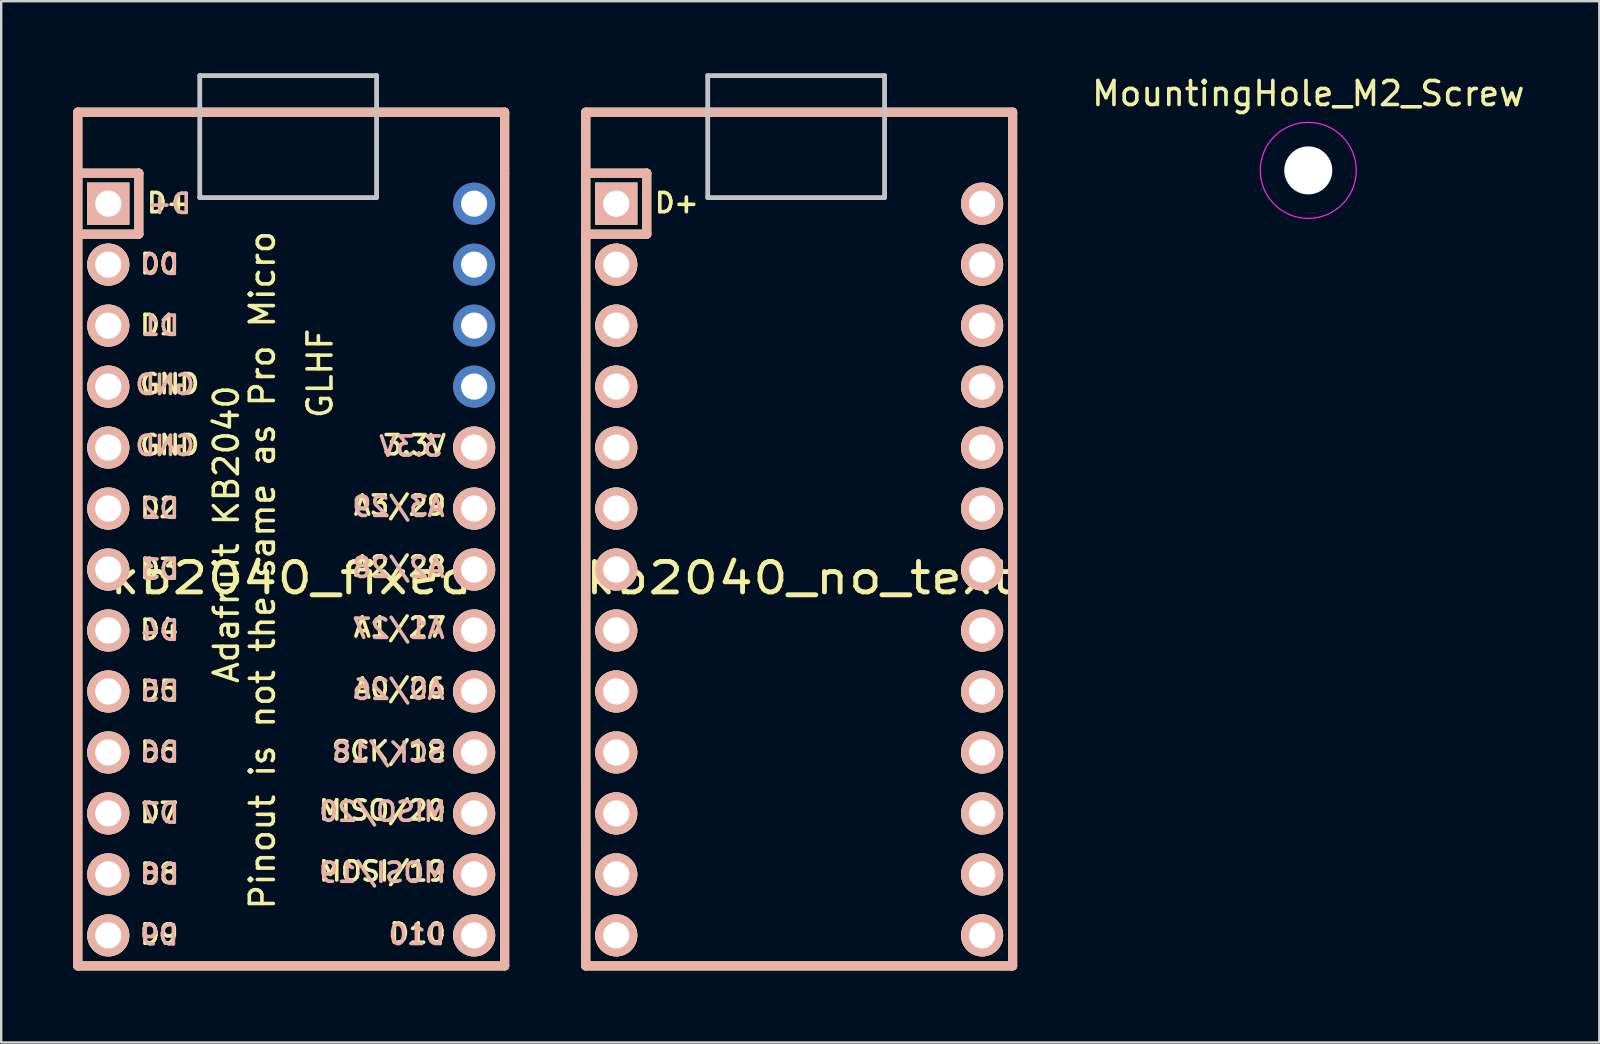
<source format=kicad_pcb>
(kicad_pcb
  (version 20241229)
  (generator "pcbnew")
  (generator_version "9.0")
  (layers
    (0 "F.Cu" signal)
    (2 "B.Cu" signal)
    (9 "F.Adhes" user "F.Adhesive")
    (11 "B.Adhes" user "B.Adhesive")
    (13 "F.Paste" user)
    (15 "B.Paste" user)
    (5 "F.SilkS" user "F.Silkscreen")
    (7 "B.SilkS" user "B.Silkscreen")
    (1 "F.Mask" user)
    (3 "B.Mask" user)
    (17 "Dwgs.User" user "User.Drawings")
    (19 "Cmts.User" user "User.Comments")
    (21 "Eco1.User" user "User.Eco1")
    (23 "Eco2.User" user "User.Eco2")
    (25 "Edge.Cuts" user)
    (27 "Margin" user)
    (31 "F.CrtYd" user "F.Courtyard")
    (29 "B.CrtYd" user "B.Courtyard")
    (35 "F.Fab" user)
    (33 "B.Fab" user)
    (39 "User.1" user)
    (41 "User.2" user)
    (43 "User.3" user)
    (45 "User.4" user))
  (footprint "MountingHole_M2_Screw"
    (layer "F.Cu")
    (at 51.447 4.048)
    (property "Reference" "MountingHole_M2_Screw" (at 0 -3.2 0) (layer "F.SilkS") (effects (font (size 1 1) (thickness 0.15))))
    (attr exclude_from_pos_files exclude_from_bom)
    (fp_circle (center 0 0) (end 2 0) (stroke (width 0.05) (type solid)) (fill no) (layer "F.CrtYd"))
    (pad "" np_thru_hole circle (at 0 0) (size 2 2) (drill 2) (layers "*.Cu" "*.Mask")))
  (footprint "kb2040_no_text"
    (layer "F.Cu")
    (at 30.241 19.404)
    (property "Reference" "kb2040_no_text" (at 0 1.625 0) (layer "F.SilkS") (effects (font (size 1.27 1.524) (thickness 0.203))))
    (attr through_hole)
    (fp_line (start -8.89 -17.78) (end -8.89 -15.24) (stroke (width 0.381) (type solid)) (layer "F.SilkS"))
    (fp_line (start -8.89 -15.24) (end -8.89 17.78) (stroke (width 0.381) (type solid)) (layer "F.SilkS"))
    (fp_line (start -8.89 17.78) (end 8.89 17.78) (stroke (width 0.381) (type solid)) (layer "F.SilkS"))
    (fp_line (start -6.35 -15.24) (end -8.89 -15.24) (stroke (width 0.381) (type solid)) (layer "F.SilkS"))
    (fp_line (start -6.35 -15.24) (end -6.35 -12.7) (stroke (width 0.381) (type solid)) (layer "F.SilkS"))
    (fp_line (start -6.35 -12.7) (end -8.89 -12.7) (stroke (width 0.381) (type solid)) (layer "F.SilkS"))
    (fp_line (start 8.89 -17.78) (end -8.89 -17.78) (stroke (width 0.381) (type solid)) (layer "F.SilkS"))
    (fp_line (start 8.89 -15.24) (end 8.89 -17.78) (stroke (width 0.381) (type solid)) (layer "F.SilkS"))
    (fp_line (start 8.89 17.78) (end 8.89 -15.24) (stroke (width 0.381) (type solid)) (layer "F.SilkS"))
    (fp_line (start -8.89 -17.78) (end -8.89 17.78) (stroke (width 0.381) (type solid)) (layer "B.SilkS"))
    (fp_line (start -8.89 17.78) (end 8.89 17.78) (stroke (width 0.381) (type solid)) (layer "B.SilkS"))
    (fp_line (start -6.35 -15.24) (end -8.89 -15.24) (stroke (width 0.381) (type solid)) (layer "B.SilkS"))
    (fp_line (start -6.35 -15.24) (end -6.35 -12.7) (stroke (width 0.381) (type solid)) (layer "B.SilkS"))
    (fp_line (start -6.35 -12.7) (end -8.89 -12.7) (stroke (width 0.381) (type solid)) (layer "B.SilkS"))
    (fp_line (start 8.89 -17.78) (end -8.89 -17.78) (stroke (width 0.381) (type solid)) (layer "B.SilkS"))
    (fp_line (start 8.89 17.78) (end 8.89 -17.78) (stroke (width 0.381) (type solid)) (layer "B.SilkS"))
    (fp_line (start -3.81 -19.304) (end 3.556 -19.304) (stroke (width 0.2) (type solid)) (layer "Dwgs.User"))
    (fp_line (start -3.81 -14.224) (end -3.81 -19.304) (stroke (width 0.2) (type solid)) (layer "Dwgs.User"))
    (fp_line (start 3.556 -19.304) (end 3.556 -14.224) (stroke (width 0.2) (type solid)) (layer "Dwgs.User"))
    (fp_line (start 3.556 -14.224) (end -3.81 -14.224) (stroke (width 0.2) (type solid)) (layer "Dwgs.User"))
    (fp_text user "D+" (at -5.1 -14 0) (layer "F.SilkS") (effects (font (size 0.8 0.8) (thickness 0.15))))
    (pad "1" thru_hole rect (at -7.62 -13.97 270) (size 1.753 1.753) (drill 1.092) (layers "*.Cu" "*.SilkS" "*.Mask"))
    (pad "2" thru_hole circle (at -7.62 -11.43 270) (size 1.753 1.753) (drill 1.092) (layers "*.Cu" "*.SilkS" "*.Mask"))
    (pad "3" thru_hole circle (at -7.62 -8.89 270) (size 1.753 1.753) (drill 1.092) (layers "*.Cu" "*.SilkS" "*.Mask"))
    (pad "4" thru_hole circle (at -7.62 -6.35 270) (size 1.753 1.753) (drill 1.092) (layers "*.Cu" "*.SilkS" "*.Mask"))
    (pad "5" thru_hole circle (at -7.62 -3.81 270) (size 1.753 1.753) (drill 1.092) (layers "*.Cu" "*.SilkS" "*.Mask"))
    (pad "6" thru_hole circle (at -7.62 -1.27 270) (size 1.753 1.753) (drill 1.092) (layers "*.Cu" "*.SilkS" "*.Mask"))
    (pad "7" thru_hole circle (at -7.62 1.27 270) (size 1.753 1.753) (drill 1.092) (layers "*.Cu" "*.SilkS" "*.Mask"))
    (pad "8" thru_hole circle (at -7.62 3.81 270) (size 1.753 1.753) (drill 1.092) (layers "*.Cu" "*.SilkS" "*.Mask"))
    (pad "9" thru_hole circle (at -7.62 6.35 270) (size 1.753 1.753) (drill 1.092) (layers "*.Cu" "*.SilkS" "*.Mask"))
    (pad "10" thru_hole circle (at -7.62 8.89 270) (size 1.753 1.753) (drill 1.092) (layers "*.Cu" "*.SilkS" "*.Mask"))
    (pad "11" thru_hole circle (at -7.62 11.43 270) (size 1.753 1.753) (drill 1.092) (layers "*.Cu" "*.SilkS" "*.Mask"))
    (pad "12" thru_hole circle (at -7.62 13.97 270) (size 1.753 1.753) (drill 1.092) (layers "*.Cu" "*.SilkS" "*.Mask"))
    (pad "13" thru_hole circle (at -7.62 16.51 270) (size 1.753 1.753) (drill 1.092) (layers "*.Cu" "*.SilkS" "*.Mask"))
    (pad "13" thru_hole circle (at 7.62 -13.97 270) (size 1.753 1.753) (drill 1.092) (layers "*.Cu" "*.SilkS" "*.Mask"))
    (pad "13" thru_hole circle (at 7.62 13.97 270) (size 1.753 1.753) (drill 1.092) (layers "*.Cu" "*.SilkS" "*.Mask"))
    (pad "13" thru_hole circle (at 7.62 16.51 270) (size 1.753 1.753) (drill 1.092) (layers "*.Cu" "*.SilkS" "*.Mask"))
    (pad "14" thru_hole circle (at 7.62 -11.43 270) (size 1.753 1.753) (drill 1.092) (layers "*.Cu" "*.SilkS" "*.Mask"))
    (pad "14" thru_hole circle (at 7.62 11.43 270) (size 1.753 1.753) (drill 1.092) (layers "*.Cu" "*.SilkS" "*.Mask"))
    (pad "15" thru_hole circle (at 7.62 -8.89 270) (size 1.753 1.753) (drill 1.092) (layers "*.Cu" "*.SilkS" "*.Mask"))
    (pad "15" thru_hole circle (at 7.62 8.89 270) (size 1.753 1.753) (drill 1.092) (layers "*.Cu" "*.SilkS" "*.Mask"))
    (pad "16" thru_hole circle (at 7.62 -6.35 270) (size 1.753 1.753) (drill 1.092) (layers "*.Cu" "*.SilkS" "*.Mask"))
    (pad "16" thru_hole circle (at 7.62 6.35 270) (size 1.753 1.753) (drill 1.092) (layers "*.Cu" "*.SilkS" "*.Mask"))
    (pad "17" thru_hole circle (at 7.62 -3.81 270) (size 1.753 1.753) (drill 1.092) (layers "*.Cu" "*.SilkS" "*.Mask"))
    (pad "18" thru_hole circle (at 7.62 -1.27 270) (size 1.753 1.753) (drill 1.092) (layers "*.Cu" "*.SilkS" "*.Mask"))
    (pad "19" thru_hole circle (at 7.62 1.27 270) (size 1.753 1.753) (drill 1.092) (layers "*.Cu" "*.SilkS" "*.Mask"))
    (pad "20" thru_hole circle (at 7.62 3.81 270) (size 1.753 1.753) (drill 1.092) (layers "*.Cu" "*.SilkS" "*.Mask")))
  (footprint "kb2040_fixed"
    (layer "F.Cu")
    (at 9.081 19.404)
    (property "Reference" "kb2040_fixed" (at 0 1.625 0) (layer "F.SilkS") (effects (font (size 1.27 1.524) (thickness 0.203))))
    (attr through_hole)
    (fp_line (start -8.89 -17.78) (end -8.89 -15.24) (stroke (width 0.381) (type solid)) (layer "F.SilkS"))
    (fp_line (start -8.89 -15.24) (end -8.89 17.78) (stroke (width 0.381) (type solid)) (layer "F.SilkS"))
    (fp_line (start -8.89 17.78) (end 8.89 17.78) (stroke (width 0.381) (type solid)) (layer "F.SilkS"))
    (fp_line (start -6.35 -15.24) (end -8.89 -15.24) (stroke (width 0.381) (type solid)) (layer "F.SilkS"))
    (fp_line (start -6.35 -15.24) (end -6.35 -12.7) (stroke (width 0.381) (type solid)) (layer "F.SilkS"))
    (fp_line (start -6.35 -12.7) (end -8.89 -12.7) (stroke (width 0.381) (type solid)) (layer "F.SilkS"))
    (fp_line (start 8.89 -17.78) (end -8.89 -17.78) (stroke (width 0.381) (type solid)) (layer "F.SilkS"))
    (fp_line (start 8.89 -15.24) (end 8.89 -17.78) (stroke (width 0.381) (type solid)) (layer "F.SilkS"))
    (fp_line (start 8.89 17.78) (end 8.89 -15.24) (stroke (width 0.381) (type solid)) (layer "F.SilkS"))
    (fp_line (start -8.89 -17.78) (end -8.89 17.78) (stroke (width 0.381) (type solid)) (layer "B.SilkS"))
    (fp_line (start -8.89 17.78) (end 8.89 17.78) (stroke (width 0.381) (type solid)) (layer "B.SilkS"))
    (fp_line (start -6.35 -15.24) (end -8.89 -15.24) (stroke (width 0.381) (type solid)) (layer "B.SilkS"))
    (fp_line (start -6.35 -15.24) (end -6.35 -12.7) (stroke (width 0.381) (type solid)) (layer "B.SilkS"))
    (fp_line (start -6.35 -12.7) (end -8.89 -12.7) (stroke (width 0.381) (type solid)) (layer "B.SilkS"))
    (fp_line (start 8.89 -17.78) (end -8.89 -17.78) (stroke (width 0.381) (type solid)) (layer "B.SilkS"))
    (fp_line (start 8.89 17.78) (end 8.89 -17.78) (stroke (width 0.381) (type solid)) (layer "B.SilkS"))
    (fp_line (start -3.81 -19.304) (end 3.556 -19.304) (stroke (width 0.2) (type solid)) (layer "Dwgs.User"))
    (fp_line (start -3.81 -14.224) (end -3.81 -19.304) (stroke (width 0.2) (type solid)) (layer "Dwgs.User"))
    (fp_line (start 3.556 -19.304) (end 3.556 -14.224) (stroke (width 0.2) (type solid)) (layer "Dwgs.User"))
    (fp_line (start 3.556 -14.224) (end -3.81 -14.224) (stroke (width 0.2) (type solid)) (layer "Dwgs.User"))
    (fp_text user "A3/29" (at 4.524 -1.4 0) (layer "F.SilkS") (effects (font (size 0.8 0.8) (thickness 0.15))))
    (fp_text user "3.3V" (at 5.133 -3.915 0) (layer "F.SilkS") (effects (font (size 0.8 0.8) (thickness 0.15))))
    (fp_text user "MOSI/19" (at 3.8 13.84 0) (layer "F.SilkS") (effects (font (size 0.8 0.8) (thickness 0.15))))
    (fp_text user "Adafruit KB2040" (at -2.7 -0.2 90) (unlocked yes) (layer "F.SilkS") (effects (font (size 1 1) (thickness 0.15))))
    (fp_text user "MISO/20" (at 3.8 11.3 0) (layer "F.SilkS") (effects (font (size 0.8 0.8) (thickness 0.15))))
    (fp_text user "A1/27" (at 4.524 3.68 0) (layer "F.SilkS") (effects (font (size 0.8 0.8) (thickness 0.15))))
    (fp_text user "D0" (at -5.5 -11.46 0) (layer "F.SilkS") (effects (font (size 0.8 0.8) (thickness 0.15))))
    (fp_text user "D6" (at -5.5 8.86 0) (layer "F.SilkS") (effects (font (size 0.8 0.8) (thickness 0.15))))
    (fp_text user "GND" (at -5.062 -3.916 0) (layer "F.SilkS") (effects (font (size 0.8 0.8) (thickness 0.15))))
    (fp_text user "A0/26" (at 4.524 6.22 0) (layer "F.SilkS") (effects (font (size 0.8 0.8) (thickness 0.15))))
    (fp_text user "D1" (at -5.5 -8.92 0) (layer "F.SilkS") (effects (font (size 0.8 0.8) (thickness 0.15))))
    (fp_text user "D9" (at -5.5 16.47 0) (layer "F.SilkS") (effects (font (size 0.8 0.8) (thickness 0.15))))
    (fp_text user "D+" (at -5.1 -14 0) (layer "F.SilkS") (effects (font (size 0.8 0.8) (thickness 0.15))))
    (fp_text user "D7" (at -5.5 11.4 0) (layer "F.SilkS") (effects (font (size 0.8 0.8) (thickness 0.15))))
    (fp_text user "D10" (at 5.267 16.431 0) (layer "F.SilkS") (effects (font (size 0.8 0.8) (thickness 0.15))))
    (fp_text user "D8" (at -5.5 13.94 0) (layer "F.SilkS") (effects (font (size 0.8 0.8) (thickness 0.15))))
    (fp_text user "D4" (at -5.5 3.78 0) (layer "F.SilkS") (effects (font (size 0.8 0.8) (thickness 0.15))))
    (fp_text user "D5" (at -5.5 6.32 0) (layer "F.SilkS") (effects (font (size 0.8 0.8) (thickness 0.15))))
    (fp_text user "D2" (at -5.5 -1.3 0) (layer "F.SilkS") (effects (font (size 0.8 0.8) (thickness 0.15))))
    (fp_text user "GLHF" (at 1.2 -6.9 90) (unlocked yes) (layer "F.SilkS") (effects (font (size 1 1) (thickness 0.15))))
    (fp_text user "Pinout is not the same as Pro Micro" (at -1.2 1.3 90) (unlocked yes) (layer "F.SilkS") (effects (font (size 1 1) (thickness 0.15))))
    (fp_text user "GND" (at -5.062 -6.456 0) (layer "F.SilkS") (effects (font (size 0.8 0.8) (thickness 0.15))))
    (fp_text user "D3" (at -5.5 1.24 0) (layer "F.SilkS") (effects (font (size 0.8 0.8) (thickness 0.15))))
    (fp_text user "A2/28" (at 4.524 1.14 0) (layer "F.SilkS") (effects (font (size 0.8 0.8) (thickness 0.15))))
    (fp_text user "SCK/18" (at 4.067 8.836 0) (layer "F.SilkS") (effects (font (size 0.8 0.8) (thickness 0.15))))
    (fp_text user "D9" (at -5.5 16.5 0) (layer "B.SilkS") (effects (font (size 0.8 0.8) (thickness 0.15)) (justify mirror)))
    (fp_text user "A0/26" (at 4.47 6.274 0) (layer "B.SilkS") (effects (font (size 0.8 0.8) (thickness 0.15)) (justify mirror)))
    (fp_text user "D3" (at -5.461 1.27 0) (layer "B.SilkS") (effects (font (size 0.8 0.8) (thickness 0.15)) (justify mirror)))
    (fp_text user "D10" (at 5.232 16.485 0) (layer "B.SilkS") (effects (font (size 0.8 0.8) (thickness 0.15)) (justify mirror)))
    (fp_text user "A2/28" (at 4.47 1.194 0) (layer "B.SilkS") (effects (font (size 0.8 0.8) (thickness 0.15)) (justify mirror)))
    (fp_text user "A3/29" (at 4.47 -1.346 0) (layer "B.SilkS") (effects (font (size 0.8 0.8) (thickness 0.15)) (justify mirror)))
    (fp_text user "D5" (at -5.461 6.35 0) (layer "B.SilkS") (effects (font (size 0.8 0.8) (thickness 0.15)) (justify mirror)))
    (fp_text user "GND" (at -5.258 -6.426 0) (layer "B.SilkS") (effects (font (size 0.8 0.8) (thickness 0.15)) (justify mirror)))
    (fp_text user "D+" (at -5.08 -13.97 0) (layer "B.SilkS") (effects (font (size 0.8 0.8) (thickness 0.15)) (justify mirror)))
    (fp_text user "D4" (at -5.461 3.81 0) (layer "B.SilkS") (effects (font (size 0.8 0.8) (thickness 0.15)) (justify mirror)))
    (fp_text user "D8" (at -5.461 13.97 0) (layer "B.SilkS") (effects (font (size 0.8 0.8) (thickness 0.15)) (justify mirror)))
    (fp_text user "D6" (at -5.461 8.89 0) (layer "B.SilkS") (effects (font (size 0.8 0.8) (thickness 0.15)) (justify mirror)))
    (fp_text user "MISO/20" (at 3.81 11.354 0) (layer "B.SilkS") (effects (font (size 0.8 0.8) (thickness 0.15)) (justify mirror)))
    (fp_text user "A1/27" (at 4.47 3.734 0) (layer "B.SilkS") (effects (font (size 0.8 0.8) (thickness 0.15)) (justify mirror)))
    (fp_text user "GND" (at -5.258 -3.886 0) (layer "B.SilkS") (effects (font (size 0.8 0.8) (thickness 0.15)) (justify mirror)))
    (fp_text user "SCK/18" (at 4.089 8.89 0) (layer "B.SilkS") (effects (font (size 0.8 0.8) (thickness 0.15)) (justify mirror)))
    (fp_text user "3.3V" (at 4.978 -3.861 0) (layer "B.SilkS") (effects (font (size 0.8 0.8) (thickness 0.15)) (justify mirror)))
    (fp_text user "D2" (at -5.461 -1.27 0) (layer "B.SilkS") (effects (font (size 0.8 0.8) (thickness 0.15)) (justify mirror)))
    (fp_text user "D7" (at -5.461 11.43 0) (layer "B.SilkS") (effects (font (size 0.8 0.8) (thickness 0.15)) (justify mirror)))
    (fp_text user "D1" (at -5.461 -8.89 0) (layer "B.SilkS") (effects (font (size 0.8 0.8) (thickness 0.15)) (justify mirror)))
    (fp_text user "D0" (at -5.461 -11.43 0) (layer "B.SilkS") (effects (font (size 0.8 0.8) (thickness 0.15)) (justify mirror)))
    (fp_text user "MOSI/19" (at 3.81 13.894 0) (layer "B.SilkS") (effects (font (size 0.8 0.8) (thickness 0.15)) (justify mirror)))
    (pad "1" thru_hole rect (at -7.62 -13.97 270) (size 1.753 1.753) (drill 1.092) (layers "*.Cu" "*.SilkS" "*.Mask"))
    (pad "1" thru_hole circle (at 7.62 -11.43 270) (size 1.753 1.753) (drill 1.092) (layers "*.Cu" "*.Mask"))
    (pad "2" thru_hole circle (at -7.62 -11.43 270) (size 1.753 1.753) (drill 1.092) (layers "*.Cu" "*.SilkS" "*.Mask"))
    (pad "2" thru_hole circle (at 7.62 -8.89 270) (size 1.753 1.753) (drill 1.092) (layers "*.Cu" "*.Mask"))
    (pad "3" thru_hole circle (at -7.62 -8.89 270) (size 1.753 1.753) (drill 1.092) (layers "*.Cu" "*.SilkS" "*.Mask"))
    (pad "3" thru_hole circle (at 7.62 -6.35 270) (size 1.753 1.753) (drill 1.092) (layers "*.Cu" "*.Mask"))
    (pad "4" thru_hole circle (at -7.62 -6.35 270) (size 1.753 1.753) (drill 1.092) (layers "*.Cu" "*.SilkS" "*.Mask"))
    (pad "5" thru_hole circle (at -7.62 -3.81 270) (size 1.753 1.753) (drill 1.092) (layers "*.Cu" "*.SilkS" "*.Mask"))
    (pad "6" thru_hole circle (at -7.62 -1.27 270) (size 1.753 1.753) (drill 1.092) (layers "*.Cu" "*.SilkS" "*.Mask"))
    (pad "7" thru_hole circle (at -7.62 1.27 270) (size 1.753 1.753) (drill 1.092) (layers "*.Cu" "*.SilkS" "*.Mask"))
    (pad "8" thru_hole circle (at -7.62 3.81 270) (size 1.753 1.753) (drill 1.092) (layers "*.Cu" "*.SilkS" "*.Mask"))
    (pad "9" thru_hole circle (at -7.62 6.35 270) (size 1.753 1.753) (drill 1.092) (layers "*.Cu" "*.SilkS" "*.Mask"))
    (pad "10" thru_hole circle (at -7.62 8.89 270) (size 1.753 1.753) (drill 1.092) (layers "*.Cu" "*.SilkS" "*.Mask"))
    (pad "11" thru_hole circle (at -7.62 11.43 270) (size 1.753 1.753) (drill 1.092) (layers "*.Cu" "*.SilkS" "*.Mask"))
    (pad "12" thru_hole circle (at -7.62 13.97 270) (size 1.753 1.753) (drill 1.092) (layers "*.Cu" "*.SilkS" "*.Mask"))
    (pad "13" thru_hole circle (at -7.62 16.51 270) (size 1.753 1.753) (drill 1.092) (layers "*.Cu" "*.SilkS" "*.Mask"))
    (pad "13" thru_hole circle (at 7.62 13.97 270) (size 1.753 1.753) (drill 1.092) (layers "*.Cu" "*.SilkS" "*.Mask"))
    (pad "13" thru_hole circle (at 7.62 16.51 270) (size 1.753 1.753) (drill 1.092) (layers "*.Cu" "*.SilkS" "*.Mask"))
    (pad "14" thru_hole circle (at 7.62 11.43 270) (size 1.753 1.753) (drill 1.092) (layers "*.Cu" "*.SilkS" "*.Mask"))
    (pad "15" thru_hole circle (at 7.62 8.89 270) (size 1.753 1.753) (drill 1.092) (layers "*.Cu" "*.SilkS" "*.Mask"))
    (pad "16" thru_hole circle (at 7.62 6.35 270) (size 1.753 1.753) (drill 1.092) (layers "*.Cu" "*.SilkS" "*.Mask"))
    (pad "17" thru_hole circle (at 7.62 -3.81 270) (size 1.753 1.753) (drill 1.092) (layers "*.Cu" "*.SilkS" "*.Mask"))
    (pad "18" thru_hole circle (at 7.62 -1.27 270) (size 1.753 1.753) (drill 1.092) (layers "*.Cu" "*.SilkS" "*.Mask"))
    (pad "19" thru_hole circle (at 7.62 1.27 270) (size 1.753 1.753) (drill 1.092) (layers "*.Cu" "*.SilkS" "*.Mask"))
    (pad "20" thru_hole circle (at 7.62 3.81 270) (size 1.753 1.753) (drill 1.092) (layers "*.Cu" "*.SilkS" "*.Mask"))
    (pad "26" thru_hole circle (at 7.62 -13.97 270) (size 1.753 1.753) (drill 1.092) (layers "*.Cu" "*.Mask")))
  (gr_rect
    (start -3 -3)
    (end 63.572 40.374)
    (stroke (width 0.1) (type default))
    (fill no)
    (layer "Edge.Cuts")))
</source>
